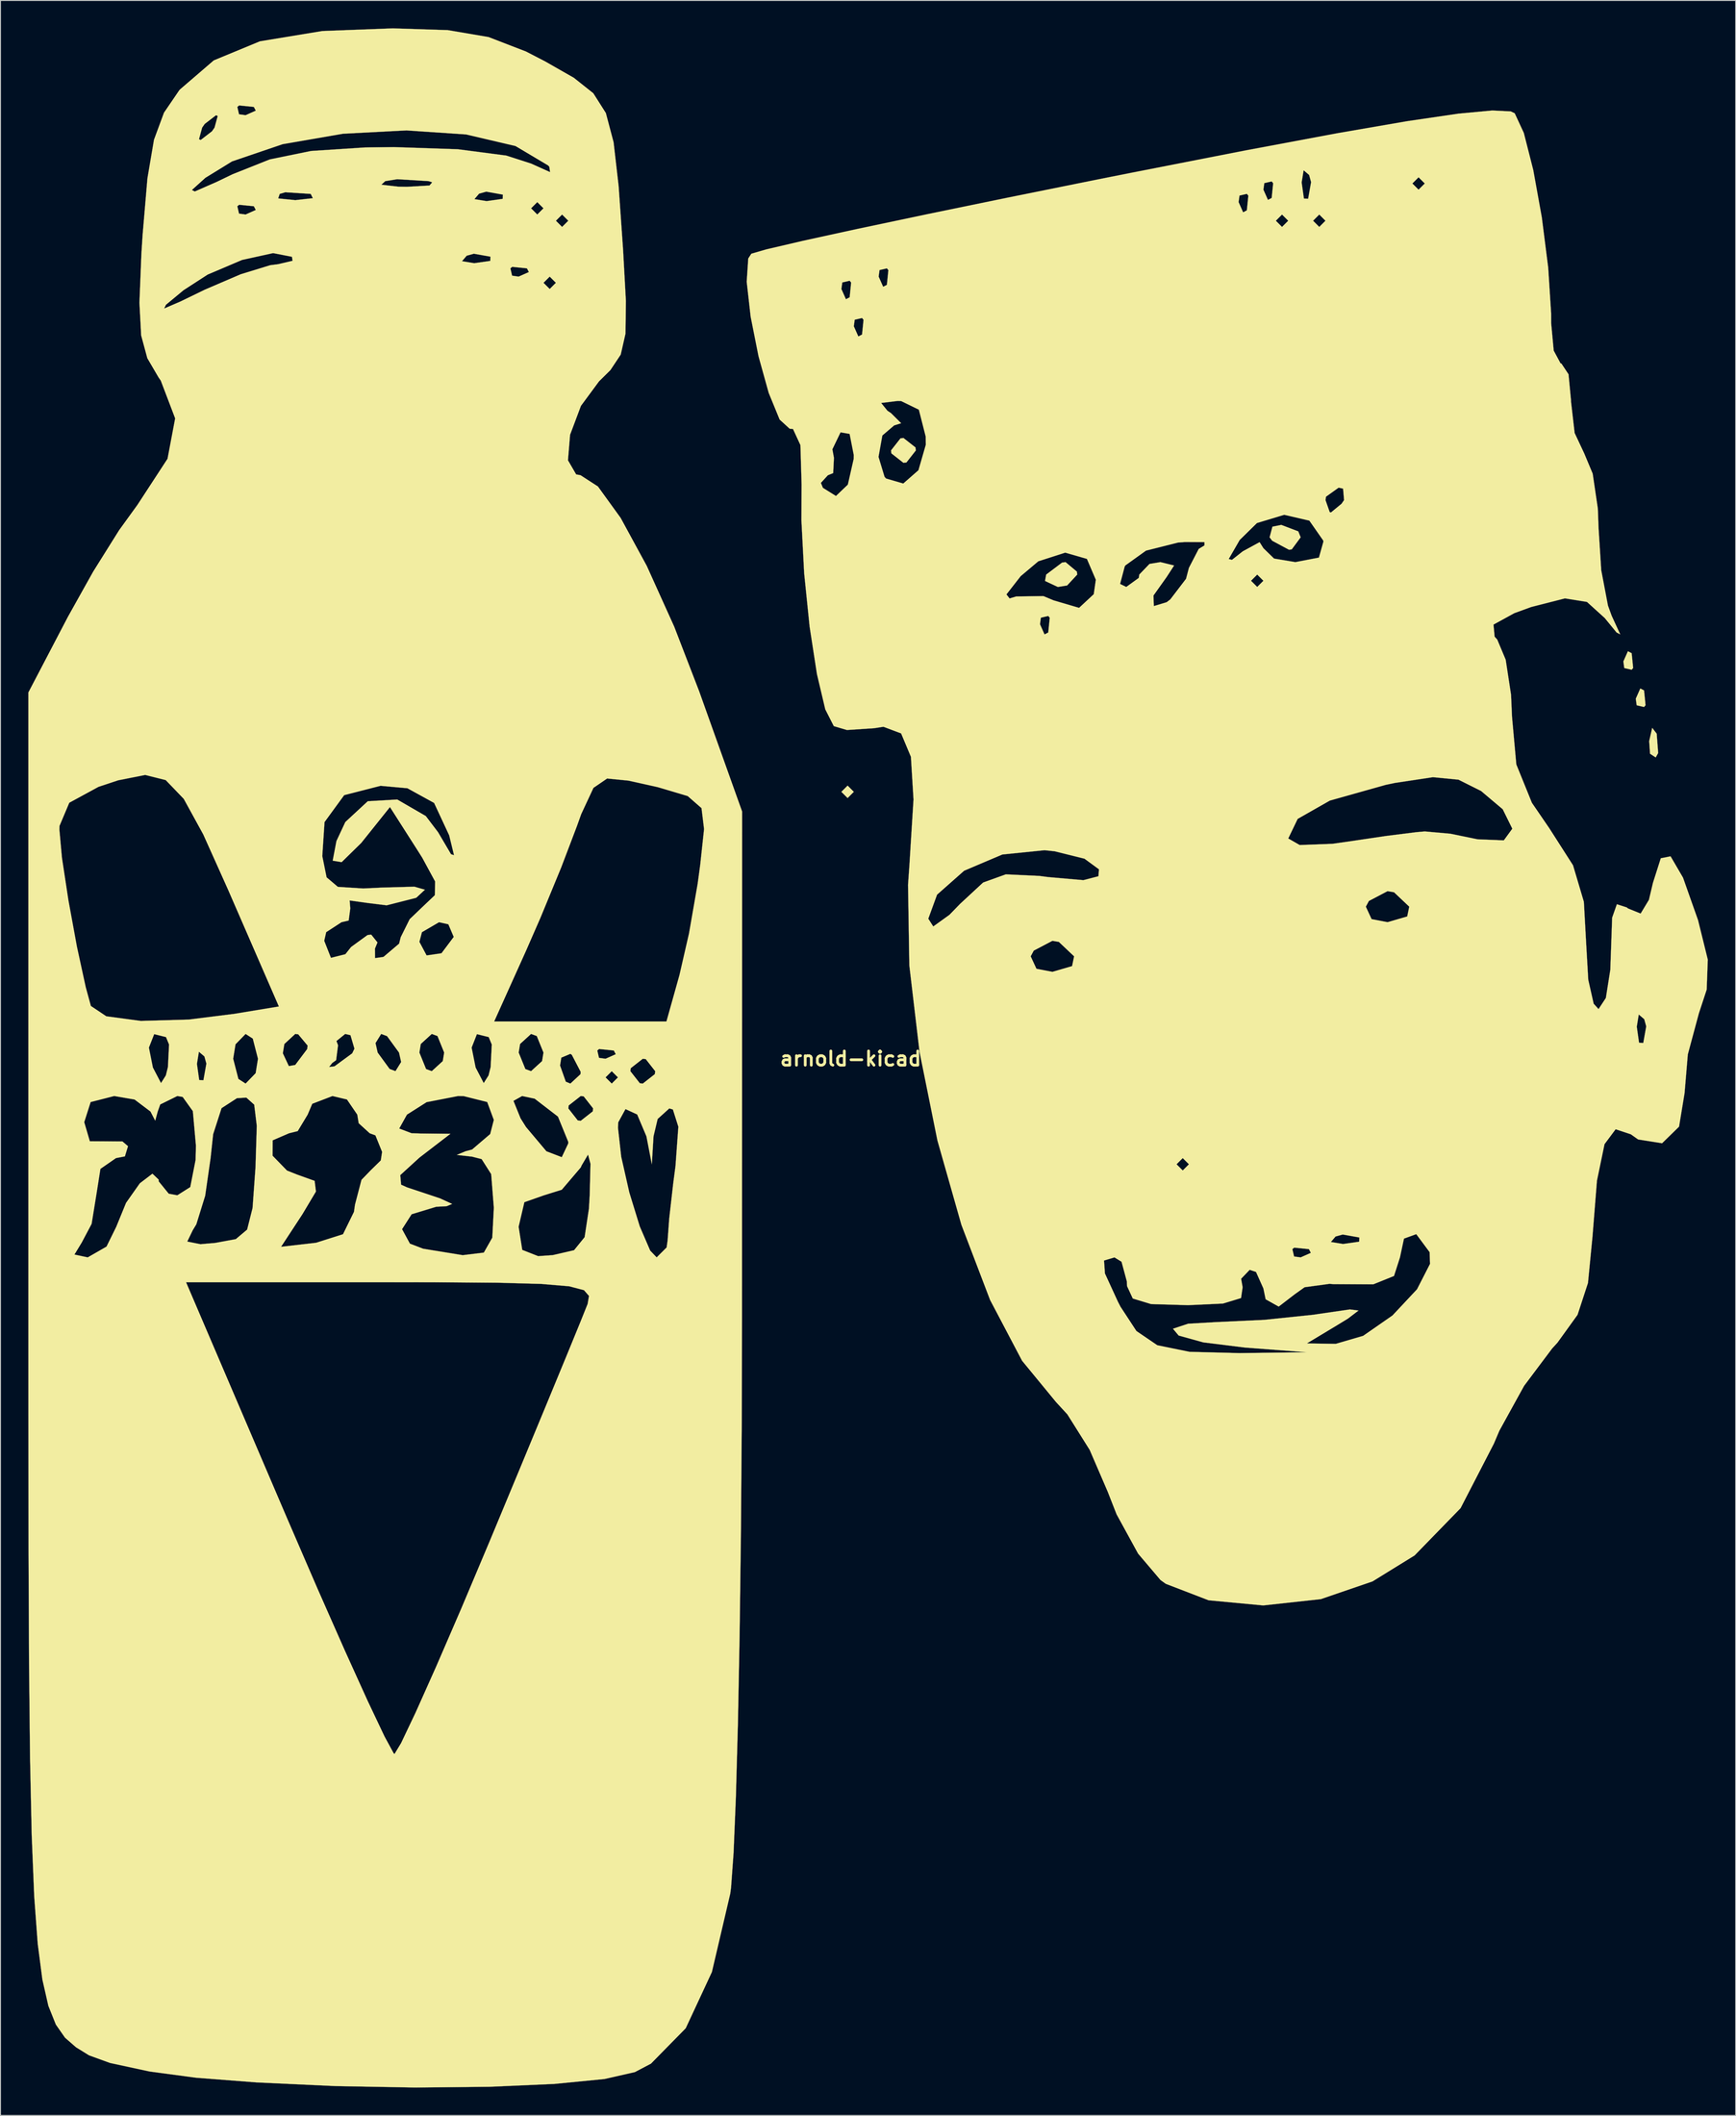
<source format=kicad_pcb>
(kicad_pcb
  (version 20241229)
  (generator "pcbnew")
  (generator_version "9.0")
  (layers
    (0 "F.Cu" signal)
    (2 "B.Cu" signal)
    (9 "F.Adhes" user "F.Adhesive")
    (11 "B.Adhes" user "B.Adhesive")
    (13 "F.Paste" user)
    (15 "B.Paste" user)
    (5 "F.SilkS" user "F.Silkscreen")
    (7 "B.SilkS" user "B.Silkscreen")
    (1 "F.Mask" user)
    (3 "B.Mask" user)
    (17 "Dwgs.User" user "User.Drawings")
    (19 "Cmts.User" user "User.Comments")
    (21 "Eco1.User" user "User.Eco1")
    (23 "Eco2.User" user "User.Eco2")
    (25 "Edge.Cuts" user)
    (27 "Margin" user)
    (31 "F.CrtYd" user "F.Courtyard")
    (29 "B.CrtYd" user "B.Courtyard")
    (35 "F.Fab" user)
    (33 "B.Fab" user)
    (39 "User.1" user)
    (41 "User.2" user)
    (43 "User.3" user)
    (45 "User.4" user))
  (footprint "arnold-kicad-3"
    (layer "F.Cu")
    (at 90.242 110.955)
    (property "Reference" "arnold-kicad-3" (at 0 0 0) (layer "F.SilkS") (effects (font (size 1.524 1.524) (thickness 0.3))))
    (attr through_hole)
    (fp_poly (pts (xy -1.337 -28.742) (xy -2.005 -28.074) (xy -2.674 -28.742) (xy -2.005 -29.411) (xy -1.337 -28.742)) (stroke (width 0.01) (type solid)) (fill yes) (layer "F.SilkS"))
    (fp_poly (pts (xy 82.439 -43.67) (xy 82.599 -42.084) (xy 82.439 -41.888) (xy 81.644 -42.071) (xy 81.547 -42.779) (xy 82.036 -43.879) (xy 82.439 -43.67)) (stroke (width 0.01) (type solid)) (fill yes) (layer "F.SilkS"))
    (fp_poly (pts (xy 83.775 -39.66) (xy 83.935 -38.073) (xy 83.775 -37.877) (xy 82.981 -38.061) (xy 82.884 -38.768) (xy 83.373 -39.869) (xy 83.775 -39.66)) (stroke (width 0.01) (type solid)) (fill yes) (layer "F.SilkS"))
    (fp_poly (pts (xy 85.134 -35.009) (xy 85.294 -32.919) (xy 85.029 -32.446) (xy 84.421 -32.845) (xy 84.327 -34.201) (xy 84.653 -35.627) (xy 85.134 -35.009)) (stroke (width 0.01) (type solid)) (fill yes) (layer "F.SilkS"))
    (fp_poly (pts (xy 5.309 -65.825) (xy 5.347 -65.505) (xy 4.33 -64.207) (xy 4.011 -64.168) (xy 2.713 -65.186) (xy 2.674 -65.505) (xy 3.691 -66.803) (xy 4.011 -66.842) (xy 5.309 -65.825)) (stroke (width 0.01) (type solid)) (fill yes) (layer "F.SilkS"))
    (fp_poly (pts (xy 22.69 -52.454) (xy 22.726 -52.137) (xy 21.638 -50.964) (xy 20.642 -50.8) (xy 19.258 -51.448) (xy 19.384 -52.137) (xy 21.093 -53.423) (xy 21.468 -53.474) (xy 22.69 -52.454)) (stroke (width 0.01) (type solid)) (fill yes) (layer "F.SilkS"))
    (fp_poly (pts (xy 46.534 -56.786) (xy 46.789 -56.147) (xy 45.83 -54.849) (xy 45.532 -54.811) (xy 43.721 -55.782) (xy 43.447 -56.147) (xy 43.75 -57.292) (xy 44.705 -57.484) (xy 46.534 -56.786)) (stroke (width 0.01) (type solid)) (fill yes) (layer "F.SilkS"))
    (fp_poly (pts (xy 69.422 -102.007) (xy 69.845 -101.805) (xy 70.825 -99.687) (xy 71.843 -95.689) (xy 72.764 -90.595) (xy 73.449 -85.195) (xy 73.764 -80.274) (xy 73.768 -79.208) (xy 74.043 -76.251) (xy 74.782 -74.876) (xy 74.869 -74.863) (xy 75.64 -73.702) (xy 75.908 -70.897) (xy 75.905 -70.79) (xy 76.297 -67.38) (xy 77.332 -65.176) (xy 78.242 -63.003) (xy 78.796 -59.246) (xy 78.874 -57.129) (xy 79.161 -52.611) (xy 79.886 -48.795) (xy 80.284 -47.704) (xy 81.208 -45.699) (xy 80.818 -45.9) (xy 79.541 -47.458) (xy 77.627 -49.192) (xy 75.253 -49.574) (xy 71.618 -48.644) (xy 69.797 -47.979) (xy 67.559 -46.753) (xy 67.68 -45.446) (xy 67.961 -45.136) (xy 68.871 -42.969) (xy 69.45 -39.19) (xy 69.553 -36.83) (xy 70.017 -31.691) (xy 71.693 -27.561) (xy 73.564 -24.828) (xy 76.123 -20.832) (xy 77.292 -16.897) (xy 77.537 -12.462) (xy 77.764 -8.51) (xy 78.347 -5.927) (xy 78.874 -5.347) (xy 79.662 -6.544) (xy 80.142 -9.581) (xy 80.211 -11.527) (xy 80.341 -15.194) (xy 80.849 -16.636) (xy 81.907 -16.295) (xy 82.044 -16.184) (xy 83.408 -15.63) (xy 84.301 -17.112) (xy 84.735 -18.945) (xy 85.579 -21.589) (xy 86.63 -21.797) (xy 87.969 -19.502) (xy 89.587 -14.928) (xy 90.638 -10.677) (xy 90.519 -7.45) (xy 89.681 -4.901) (xy 88.488 -0.472) (xy 88.137 3.702) (xy 87.542 7.312) (xy 85.715 9.099) (xy 83.139 8.691) (xy 82.355 8.136) (xy 80.713 7.589) (xy 79.516 9.195) (xy 78.701 13.125) (xy 78.22 19.167) (xy 77.734 24.142) (xy 76.611 27.57) (xy 74.447 30.571) (xy 73.872 31.199) (xy 70.856 35.217) (xy 68.187 40.058) (xy 67.601 41.442) (xy 64.012 48.392) (xy 59.06 53.482) (xy 54.53 56.277) (xy 48.962 58.187) (xy 42.759 58.863) (xy 36.875 58.31) (xy 32.263 56.535) (xy 31.698 56.13) (xy 29.284 53.286) (xy 26.969 49.06) (xy 26.015 46.629) (xy 24.07 42.118) (xy 21.663 38.289) (xy 20.435 36.954) (xy 16.789 32.519) (xy 13.344 25.974) (xy 11.721 21.725) (xy 25.612 21.725) (xy 25.71 23.118) (xy 27.102 26.148) (xy 27.387 26.702) (xy 29.101 29.317) (xy 31.35 30.85) (xy 34.821 31.557) (xy 40.203 31.695) (xy 40.774 31.688) (xy 47.458 31.602) (xy 40.774 31.095) (xy 36.3 30.539) (xy 33.652 29.803) (xy 33.039 29.071) (xy 34.673 28.53) (xy 37.661 28.359) (xy 42.882 28.116) (xy 48.128 27.571) (xy 48.795 27.472) (xy 52.089 26.993) (xy 53.023 27.11) (xy 51.873 27.986) (xy 50.8 28.639) (xy 47.458 30.653) (xy 50.569 30.7) (xy 53.522 29.837) (xy 56.683 27.642) (xy 59.325 24.822) (xy 60.724 22.087) (xy 60.681 20.826) (xy 59.242 18.885) (xy 57.917 19.365) (xy 57.484 21.389) (xy 56.844 23.387) (xy 54.611 24.288) (xy 50.311 24.269) (xy 49.898 24.236) (xy 47.215 24.6) (xy 46.143 25.365) (xy 44.424 26.685) (xy 43.02 25.898) (xy 42.779 24.732) (xy 41.982 22.954) (xy 41.299 22.726) (xy 40.378 23.688) (xy 40.54 24.604) (xy 40.371 25.765) (xy 38.415 26.359) (xy 34.667 26.533) (xy 30.685 26.416) (xy 28.712 25.817) (xy 28.093 24.484) (xy 28.074 23.987) (xy 27.499 21.856) (xy 26.737 21.389) (xy 25.612 21.725) (xy 11.721 21.725) (xy 11.253 20.498) (xy 45.898 20.498) (xy 46.082 21.293) (xy 46.789 21.389) (xy 47.89 20.9) (xy 47.681 20.498) (xy 46.094 20.338) (xy 45.898 20.498) (xy 11.253 20.498) (xy 10.961 19.733) (xy 50.043 19.733) (xy 51.357 19.947) (xy 53.091 19.701) (xy 53.112 19.245) (xy 51.322 18.926) (xy 50.549 19.139) (xy 50.043 19.733) (xy 10.961 19.733) (xy 10.254 17.881) (xy 8.4 11.363) (xy 33.421 11.363) (xy 34.089 12.032) (xy 34.758 11.363) (xy 34.089 10.695) (xy 33.421 11.363) (xy 8.4 11.363) (xy 7.672 8.802) (xy 5.751 -0.7) (xy 5.426 -3.454) (xy 82.99 -3.454) (xy 83.236 -1.72) (xy 83.692 -1.699) (xy 84.011 -3.488) (xy 83.797 -4.261) (xy 83.204 -4.768) (xy 82.99 -3.454) (xy 5.426 -3.454) (xy 4.645 -10.062) (xy 4.629 -11.029) (xy 17.713 -11.029) (xy 18.334 -9.687) (xy 20.053 -9.358) (xy 22.173 -9.974) (xy 22.392 -11.029) (xy 20.75 -12.581) (xy 20.053 -12.7) (xy 18.045 -11.646) (xy 17.713 -11.029) (xy 4.629 -11.029) (xy 4.564 -15.081) (xy 6.684 -15.081) (xy 7.222 -14.244) (xy 8.967 -15.498) (xy 9.82 -16.376) (xy 53.808 -16.376) (xy 54.428 -15.035) (xy 56.147 -14.705) (xy 58.268 -15.321) (xy 58.487 -16.376) (xy 56.845 -17.929) (xy 56.147 -18.047) (xy 54.14 -16.993) (xy 53.808 -16.376) (xy 9.82 -16.376) (xy 10.119 -16.684) (xy 12.594 -18.976) (xy 15.035 -19.856) (xy 18.644 -19.688) (xy 19.585 -19.564) (xy 23.389 -19.231) (xy 25.01 -19.652) (xy 25.07 -20.398) (xy 23.51 -21.541) (xy 20.302 -22.34) (xy 19.208 -22.456) (xy 14.664 -21.996) (xy 10.545 -20.247) (xy 7.631 -17.67) (xy 6.684 -15.081) (xy 4.564 -15.081) (xy 4.505 -18.723) (xy 4.665 -20.997) (xy 4.834 -23.718) (xy 45.453 -23.718) (xy 46.683 -23.013) (xy 50.209 -23.144) (xy 51.803 -23.368) (xy 56 -23.989) (xy 59.283 -24.401) (xy 60.158 -24.476) (xy 62.914 -24.23) (xy 65.839 -23.628) (xy 68.671 -23.514) (xy 69.588 -24.772) (xy 68.552 -26.868) (xy 66.223 -28.833) (xy 63.786 -30.052) (xy 61.036 -30.32) (xy 56.951 -29.703) (xy 55.954 -29.494) (xy 49.93 -27.8) (xy 46.466 -25.828) (xy 45.453 -23.718) (xy 4.834 -23.718) (xy 5.096 -27.92) (xy 4.817 -32.511) (xy 3.759 -35.033) (xy 1.853 -35.749) (xy 0.865 -35.595) (xy -2.075 -35.399) (xy -3.488 -35.816) (xy -4.407 -37.621) (xy -5.305 -41.421) (xy -6.094 -46.537) (xy -6.12 -46.789) (xy 18.716 -46.789) (xy 19.205 -45.689) (xy 19.607 -45.898) (xy 19.767 -47.485) (xy 19.607 -47.681) (xy 18.812 -47.497) (xy 18.716 -46.789) (xy -6.12 -46.789) (xy -6.448 -50) (xy 15.102 -50) (xy 15.439 -49.566) (xy 16.163 -49.781) (xy 19.088 -49.817) (xy 20.174 -49.361) (xy 22.926 -48.55) (xy 24.509 -50.024) (xy 24.666 -51.124) (xy 27.34 -51.124) (xy 28.007 -50.8) (xy 29.359 -51.778) (xy 29.411 -52.137) (xy 30.51 -53.281) (xy 31.683 -53.474) (xy 33.158 -53.112) (xy 32.352 -51.869) (xy 30.935 -49.878) (xy 30.977 -48.741) (xy 32.362 -49.161) (xy 32.753 -49.463) (xy 34.286 -51.468) (xy 41.442 -51.468) (xy 42.111 -50.8) (xy 42.779 -51.468) (xy 42.111 -52.137) (xy 41.442 -51.468) (xy 34.286 -51.468) (xy 34.448 -51.68) (xy 34.758 -52.858) (xy 35.25 -53.809) (xy 39.038 -53.809) (xy 39.387 -53.715) (xy 40.559 -54.64) (xy 42.369 -55.627) (xy 42.779 -54.974) (xy 43.925 -53.858) (xy 46.219 -53.474) (xy 48.76 -53.963) (xy 49.24 -55.677) (xy 49.216 -55.813) (xy 47.728 -57.946) (xy 45.02 -58.573) (xy 42.085 -57.688) (xy 40.225 -55.862) (xy 39.038 -53.809) (xy 35.25 -53.809) (xy 35.813 -54.899) (xy 36.429 -55.275) (xy 36.428 -55.63) (xy 34.308 -55.638) (xy 33.586 -55.586) (xy 30.134 -54.717) (xy 27.908 -53.12) (xy 27.838 -53.005) (xy 27.34 -51.124) (xy 24.666 -51.124) (xy 24.732 -51.58) (xy 23.771 -53.824) (xy 21.434 -54.499) (xy 18.534 -53.565) (xy 16.637 -51.969) (xy 15.102 -50) (xy -6.448 -50) (xy -6.682 -52.292) (xy -6.979 -58.006) (xy -6.967 -60.158) (xy 49.463 -60.158) (xy 49.919 -58.856) (xy 50.053 -58.821) (xy 51.194 -59.758) (xy 51.468 -60.158) (xy 51.362 -61.39) (xy 50.879 -61.495) (xy 49.518 -60.524) (xy 49.463 -60.158) (xy -6.967 -60.158) (xy -6.958 -61.825) (xy -6.963 -62.007) (xy -4.884 -62.007) (xy -4.665 -61.473) (xy -3.256 -60.596) (xy -1.977 -61.819) (xy -1.345 -64.599) (xy -1.341 -64.807) (xy 1.323 -64.807) (xy 1.974 -62.661) (xy 2.136 -62.478) (xy 3.99 -61.936) (xy 5.628 -63.371) (xy 6.421 -66.12) (xy 6.41 -66.989) (xy 5.671 -69.891) (xy 3.758 -70.824) (xy 3.392 -70.832) (xy 1.607 -70.616) (xy 2.287 -69.773) (xy 2.674 -69.516) (xy 3.761 -68.435) (xy 3.008 -68.199) (xy 1.738 -67.112) (xy 1.323 -64.807) (xy -1.341 -64.807) (xy -1.337 -64.995) (xy -1.786 -67.281) (xy -2.765 -67.454) (xy -3.644 -65.628) (xy -3.475 -64.702) (xy -3.557 -63.066) (xy -4.131 -62.832) (xy -4.884 -62.007) (xy -6.963 -62.007) (xy -7.084 -66.076) (xy -7.886 -67.815) (xy -8.243 -67.841) (xy -9.324 -68.83) (xy -10.499 -71.694) (xy -11.597 -75.646) (xy -12.24 -78.874) (xy -1.337 -78.874) (xy -0.848 -77.773) (xy -0.446 -77.982) (xy -0.286 -79.569) (xy -0.446 -79.765) (xy -1.24 -79.581) (xy -1.337 -78.874) (xy -12.24 -78.874) (xy -12.445 -79.9) (xy -12.782 -82.884) (xy -2.674 -82.884) (xy -2.185 -81.784) (xy -1.782 -81.993) (xy -1.622 -83.58) (xy -1.782 -83.775) (xy -2.577 -83.592) (xy -2.674 -82.884) (xy -12.782 -82.884) (xy -12.871 -83.671) (xy -12.834 -84.221) (xy 1.337 -84.221) (xy 1.826 -83.121) (xy 2.228 -83.33) (xy 2.388 -84.916) (xy 2.228 -85.112) (xy 1.433 -84.929) (xy 1.337 -84.221) (xy -12.834 -84.221) (xy -12.703 -86.172) (xy -12.371 -86.684) (xy -10.746 -87.156) (xy -6.832 -88.069) (xy -0.963 -89.35) (xy 3.239 -90.237) (xy 44.116 -90.237) (xy 44.784 -89.568) (xy 45.453 -90.237) (xy 48.126 -90.237) (xy 48.795 -89.568) (xy 49.463 -90.237) (xy 48.795 -90.905) (xy 48.126 -90.237) (xy 45.453 -90.237) (xy 44.784 -90.905) (xy 44.116 -90.237) (xy 3.239 -90.237) (xy 6.525 -90.93) (xy 12.899 -92.242) (xy 40.105 -92.242) (xy 40.594 -91.142) (xy 40.996 -91.351) (xy 41.156 -92.937) (xy 40.996 -93.133) (xy 40.202 -92.95) (xy 40.105 -92.242) (xy 12.899 -92.242) (xy 15.297 -92.736) (xy 19.476 -93.579) (xy 42.779 -93.579) (xy 43.268 -92.479) (xy 43.67 -92.688) (xy 43.83 -94.274) (xy 43.761 -94.359) (xy 46.895 -94.359) (xy 47.141 -92.625) (xy 47.597 -92.604) (xy 47.89 -94.247) (xy 58.821 -94.247) (xy 59.489 -93.579) (xy 60.158 -94.247) (xy 59.489 -94.916) (xy 58.821 -94.247) (xy 47.89 -94.247) (xy 47.916 -94.393) (xy 47.703 -95.166) (xy 47.109 -95.673) (xy 46.895 -94.359) (xy 43.761 -94.359) (xy 43.67 -94.47) (xy 42.875 -94.287) (xy 42.779 -93.579) (xy 19.476 -93.579) (xy 25.018 -94.697) (xy 28.702 -95.43) (xy 40.915 -97.819) (xy 50.706 -99.651) (xy 58.265 -100.957) (xy 63.778 -101.766) (xy 67.435 -102.106) (xy 69.422 -102.007)) (stroke (width 0.01) (type solid)) (fill yes) (layer "F.SilkS"))
    (fp_poly (pts (xy -45.07 -110.76) (xy -40.674 -110.013) (xy -36.653 -108.461) (xy -34.572 -107.386) (xy -31.495 -105.631) (xy -29.394 -103.964) (xy -28.041 -101.832) (xy -27.208 -98.686) (xy -26.667 -93.974) (xy -26.189 -87.145) (xy -26.188 -87.133) (xy -25.884 -81.621) (xy -25.926 -78.081) (xy -26.44 -75.823) (xy -27.552 -74.153) (xy -28.777 -72.943) (xy -30.724 -70.305) (xy -31.896 -67.187) (xy -32.124 -64.441) (xy -31.241 -62.921) (xy -30.766 -62.832) (xy -28.895 -61.619) (xy -26.449 -58.238) (xy -23.638 -53.075) (xy -20.676 -46.519) (xy -17.994 -39.571) (xy -13.368 -26.628) (xy -13.376 27.794) (xy -13.409 39.932) (xy -13.498 51.511) (xy -13.637 62.193) (xy -13.819 71.643) (xy -14.037 79.527) (xy -14.285 85.507) (xy -14.556 89.249) (xy -14.639 89.879) (xy -16.62 98.337) (xy -19.439 104.391) (xy -23.18 108.201) (xy -24.919 109.117) (xy -28.188 109.859) (xy -33.584 110.387) (xy -40.568 110.695) (xy -48.602 110.774) (xy -57.146 110.62) (xy -65.662 110.224) (xy -72.189 109.72) (xy -77.185 109.05) (xy -81.438 108.13) (xy -83.703 107.308) (xy -85.104 106.442) (xy -86.288 105.41) (xy -87.275 103.995) (xy -88.082 101.981) (xy -88.727 99.151) (xy -89.229 95.289) (xy -89.606 90.177) (xy -89.875 83.599) (xy -90.054 75.339) (xy -90.162 65.18) (xy -90.216 52.905) (xy -90.235 38.298) (xy -90.237 28.742) (xy -90.237 24.063) (xy -73.254 24.063) (xy -62.38 49.463) (xy -59.091 57.072) (xy -56.132 63.77) (xy -53.672 69.195) (xy -51.874 72.982) (xy -50.904 74.77) (xy -50.804 74.863) (xy -50.094 73.69) (xy -48.542 70.427) (xy -46.319 65.457) (xy -43.596 59.163) (xy -40.545 51.93) (xy -40.492 51.803) (xy -37.398 44.367) (xy -34.622 37.671) (xy -32.342 32.151) (xy -30.74 28.241) (xy -30.003 26.403) (xy -29.855 25.539) (xy -30.398 24.917) (xy -31.994 24.499) (xy -35 24.245) (xy -39.777 24.114) (xy -46.683 24.067) (xy -51.189 24.063) (xy -73.254 24.063) (xy -90.237 24.063) (xy -90.237 21.083) (xy -85.277 21.083) (xy -83.845 21.389) (xy -81.818 20.227) (xy -81.552 19.686) (xy -73.126 19.686) (xy -71.705 19.97) (xy -70.108 19.832) (xy -67.896 19.425) (xy -66.675 18.397) (xy -66.088 16.072) (xy -65.779 11.773) (xy -65.769 11.586) (xy -65.734 10.441) (xy -63.936 10.441) (xy -62.381 12.041) (xy -61.293 12.472) (xy -59.406 13.149) (xy -59.266 14.297) (xy -60.72 16.736) (xy -63.022 20.249) (xy -59.25 19.816) (xy -56.349 18.895) (xy -55.168 16.488) (xy -55.056 15.708) (xy -54.356 13.037) (xy -53.385 12.032) (xy -52.277 10.947) (xy -52.137 10.026) (xy -52.859 8.247) (xy -53.474 8.021) (xy -54.03 7.513) (xy -50.298 7.513) (xy -48.972 8.017) (xy -47.956 8.051) (xy -44.784 8.081) (xy -48.118 10.642) (xy -50.182 12.528) (xy -50.094 13.56) (xy -49.454 13.848) (xy -45.911 15.029) (xy -44.596 15.632) (xy -45.186 15.875) (xy -46.312 15.937) (xy -48.96 16.743) (xy -49.991 18.35) (xy -49.143 19.911) (xy -47.718 20.456) (xy -43.458 21.15) (xy -41.181 20.873) (xy -40.27 19.267) (xy -40.212 18.136) (xy -37.432 18.136) (xy -37.046 20.581) (xy -35.336 21.255) (xy -33.755 21.144) (xy -31.464 20.616) (xy -30.326 19.212) (xy -29.864 16.157) (xy -29.78 14.705) (xy -29.695 11.306) (xy -29.959 10.317) (xy -30.651 11.488) (xy -30.74 11.697) (xy -32.79 14.104) (xy -34.715 14.705) (xy -36.819 15.444) (xy -37.431 18.055) (xy -37.432 18.136) (xy -40.212 18.136) (xy -40.105 16.042) (xy -40.389 12.423) (xy -41.417 10.806) (xy -42.445 10.54) (xy -44.092 10.353) (xy -43.143 9.958) (xy -42.445 9.773) (xy -40.496 8.109) (xy -40.105 6.586) (xy -40.817 4.657) (xy -41.322 4.531) (xy -37.994 4.531) (xy -37.23 6.416) (xy -36.64 7.353) (xy -34.445 9.963) (xy -32.787 10.599) (xy -32.087 9.115) (xy -32.084 8.957) (xy -32.707 7.429) (xy -26.737 7.429) (xy -26.388 10.552) (xy -25.518 14.387) (xy -24.39 18.051) (xy -23.268 20.658) (xy -22.568 21.389) (xy -21.494 20.318) (xy -21.389 19.571) (xy -21.216 17.21) (xy -20.779 13.373) (xy -20.539 11.55) (xy -20.232 7.317) (xy -20.822 5.463) (xy -21.208 5.347) (xy -22.463 6.484) (xy -22.908 8.355) (xy -23.09 11.363) (xy -23.67 8.355) (xy -24.665 6) (xy -25.927 5.418) (xy -26.705 6.838) (xy -26.737 7.429) (xy -32.707 7.429) (xy -33.197 6.229) (xy -34.342 5.347) (xy -32.084 5.347) (xy -31.067 6.645) (xy -30.747 6.684) (xy -29.449 5.667) (xy -29.411 5.347) (xy -30.428 4.049) (xy -30.747 4.011) (xy -32.045 5.028) (xy -32.084 5.347) (xy -34.342 5.347) (xy -35.708 4.296) (xy -37.061 4.011) (xy -37.994 4.531) (xy -41.322 4.531) (xy -43.363 4.02) (xy -43.952 4.011) (xy -47.345 4.67) (xy -49.463 6.016) (xy -50.298 7.513) (xy -54.03 7.513) (xy -54.66 6.938) (xy -54.811 6.016) (xy -55.925 4.383) (xy -57.484 4.011) (xy -59.662 4.846) (xy -60.158 6.016) (xy -61.228 7.788) (xy -62.163 8.021) (xy -63.925 8.784) (xy -63.936 10.441) (xy -65.734 10.441) (xy -65.634 7.219) (xy -65.912 4.941) (xy -66.761 4.181) (xy -67.775 4.245) (xy -69.433 5.319) (xy -70.337 8.126) (xy -70.61 10.68) (xy -71.194 14.748) (xy -72.149 17.824) (xy -72.539 18.469) (xy -73.126 19.686) (xy -81.552 19.686) (xy -80.773 18.102) (xy -79.715 15.518) (xy -78.229 13.41) (xy -76.874 12.376) (xy -76.207 13.013) (xy -76.2 13.205) (xy -75.12 14.535) (xy -74.195 14.705) (xy -72.8 13.822) (xy -72.226 10.895) (xy -72.189 9.358) (xy -72.521 5.64) (xy -73.618 4.108) (xy -74.195 4.011) (xy -76.034 4.917) (xy -76.306 5.682) (xy -76.574 6.667) (xy -77.085 5.682) (xy -78.795 4.389) (xy -80.99 4.011) (xy -83.531 4.66) (xy -84.221 6.827) (xy -83.619 8.885) (xy -82.259 8.891) (xy -80.107 8.905) (xy -79.506 9.416) (xy -79.843 10.512) (xy -80.8 10.695) (xy -82.477 11.857) (xy -82.884 14.438) (xy -83.426 17.778) (xy -84.488 19.785) (xy -85.277 21.083) (xy -90.237 21.083) (xy -90.237 -1.201) (xy -77.257 -1.201) (xy -76.827 0.945) (xy -75.951 2.62) (xy -75.429 1.795) (xy -75.207 0.898) (xy -75.189 0.557) (xy -72.084 0.557) (xy -71.838 2.291) (xy -71.382 2.312) (xy -71.063 0.522) (xy -71.207 0) (xy -68.179 0) (xy -67.619 2.172) (xy -66.842 2.674) (xy -65.756 1.554) (xy -65.649 0.888) (xy -57.848 0.888) (xy -57.267 0.819) (xy -55.358 -0.583) (xy -55.117 -1.086) (xy -55.294 -1.688) (xy -52.85 -1.688) (xy -52.62 -0.668) (xy -51.331 1.1) (xy -50.699 1.337) (xy -50.086 0.351) (xy -50.317 -0.668) (xy -48.126 -0.668) (xy -47.404 1.111) (xy -46.789 1.337) (xy -45.603 0.254) (xy -45.453 -0.668) (xy -45.669 -1.201) (xy -42.499 -1.201) (xy -42.069 0.945) (xy -41.194 2.62) (xy -40.671 1.795) (xy -40.449 0.898) (xy -40.369 -0.668) (xy -37.432 -0.668) (xy -36.71 1.111) (xy -36.095 1.337) (xy -35.427 0.727) (xy -32.975 0.727) (xy -32.356 2.47) (xy -31.861 2.674) (xy -31.14 2.005) (xy -28.074 2.005) (xy -27.405 2.674) (xy -26.737 2.005) (xy -27.405 1.337) (xy -25.4 1.337) (xy -24.383 2.635) (xy -24.063 2.674) (xy -22.765 1.656) (xy -22.726 1.337) (xy -23.744 0.039) (xy -24.063 0) (xy -25.361 1.017) (xy -25.4 1.337) (xy -27.405 1.337) (xy -28.074 2.005) (xy -31.14 2.005) (xy -30.769 1.661) (xy -30.747 1.416) (xy -31.705 -0.422) (xy -31.861 -0.531) (xy -32.838 -0.122) (xy -32.975 0.727) (xy -35.427 0.727) (xy -34.909 0.254) (xy -34.758 -0.668) (xy -34.848 -0.891) (xy -28.965 -0.891) (xy -28.781 -0.096) (xy -28.074 0) (xy -26.973 -0.489) (xy -27.182 -0.891) (xy -28.769 -1.051) (xy -28.965 -0.891) (xy -34.848 -0.891) (xy -35.48 -2.447) (xy -36.095 -2.674) (xy -37.281 -1.591) (xy -37.432 -0.668) (xy -40.369 -0.668) (xy -40.326 -1.532) (xy -40.656 -2.333) (xy -41.929 -2.651) (xy -42.499 -1.201) (xy -45.669 -1.201) (xy -46.174 -2.447) (xy -46.789 -2.674) (xy -47.975 -1.591) (xy -48.126 -0.668) (xy -50.317 -0.668) (xy -51.606 -2.437) (xy -52.238 -2.674) (xy -52.85 -1.688) (xy -55.294 -1.688) (xy -55.545 -2.538) (xy -56.115 -2.674) (xy -57.058 -1.909) (xy -56.886 -1.451) (xy -57.091 0.154) (xy -57.509 0.454) (xy -57.848 0.888) (xy -65.649 0.888) (xy -65.505 0) (xy -65.657 -0.59) (xy -62.832 -0.59) (xy -62.183 0.794) (xy -61.495 0.668) (xy -60.209 -1.041) (xy -60.158 -1.416) (xy -61.178 -2.638) (xy -61.495 -2.674) (xy -62.668 -1.586) (xy -62.832 -0.59) (xy -65.657 -0.59) (xy -66.065 -2.172) (xy -66.842 -2.674) (xy -67.928 -1.554) (xy -68.179 0) (xy -71.207 0) (xy -71.276 -0.251) (xy -71.87 -0.757) (xy -72.084 0.557) (xy -75.189 0.557) (xy -75.083 -1.532) (xy -75.413 -2.333) (xy -76.687 -2.651) (xy -77.257 -1.201) (xy -90.237 -1.201) (xy -90.237 -4.011) (xy -40.072 -4.011) (xy -21.515 -4.011) (xy -20.109 -9.024) (xy -19.085 -13.483) (xy -18.154 -18.837) (xy -17.873 -20.912) (xy -17.462 -24.733) (xy -17.737 -26.987) (xy -19.223 -28.286) (xy -22.445 -29.244) (xy -25.61 -29.949) (xy -27.904 -30.176) (xy -29.377 -29.169) (xy -30.694 -26.344) (xy -31.155 -25.06) (xy -32.852 -20.596) (xy -35.089 -15.174) (xy -36.61 -11.697) (xy -40.072 -4.011) (xy -90.237 -4.011) (xy -90.237 -24.667) (xy -86.895 -24.667) (xy -86.621 -21.638) (xy -85.929 -17.083) (xy -85.01 -12.076) (xy -84.056 -7.694) (xy -83.506 -5.682) (xy -81.843 -4.571) (xy -78.14 -4.074) (xy -72.964 -4.219) (xy -68.057 -4.834) (xy -63.255 -5.628) (xy -68.72 -18.188) (xy -70.352 -21.824) (xy -58.583 -21.824) (xy -58.117 -19.535) (xy -56.904 -18.507) (xy -54.169 -18.334) (xy -52.137 -18.432) (xy -48.661 -18.526) (xy -47.53 -18.2) (xy -48.436 -17.36) (xy -48.488 -17.328) (xy -51.654 -16.523) (xy -53.668 -16.772) (xy -55.636 -17.044) (xy -55.567 -16.185) (xy -55.741 -14.884) (xy -56.514 -14.705) (xy -58.161 -13.632) (xy -58.375 -12.7) (xy -57.65 -10.865) (xy -56.094 -11.256) (xy -55.479 -12.032) (xy -53.708 -13.319) (xy -53.316 -13.368) (xy -52.639 -12.524) (xy -52.912 -11.858) (xy -52.902 -10.836) (xy -51.989 -10.967) (xy -50.306 -12.395) (xy -50.258 -12.589) (xy -48.126 -12.589) (xy -47.347 -11.125) (xy -45.744 -11.358) (xy -44.422 -13.118) (xy -45.004 -14.481) (xy -46.01 -14.705) (xy -47.851 -13.629) (xy -48.126 -12.589) (xy -50.258 -12.589) (xy -50.132 -13.088) (xy -49.167 -15.029) (xy -47.82 -16.319) (xy -46.457 -17.613) (xy -46.429 -19.094) (xy -47.82 -21.656) (xy -48.402 -22.575) (xy -51.294 -27.103) (xy -54.383 -23.244) (xy -56.497 -21.171) (xy -57.458 -21.328) (xy -57.056 -23.441) (xy -56.1 -25.488) (xy -53.679 -27.731) (xy -50.509 -27.915) (xy -47.433 -26.132) (xy -46.115 -24.397) (xy -44.717 -22.024) (xy -44.391 -21.918) (xy -44.902 -24.014) (xy -44.916 -24.063) (xy -46.537 -27.546) (xy -49.416 -29.129) (xy -52.307 -29.39) (xy -56.224 -28.387) (xy -58.34 -25.485) (xy -58.583 -21.824) (xy -70.352 -21.824) (xy -71.4 -24.156) (xy -73.5 -27.984) (xy -75.444 -30.006) (xy -77.656 -30.561) (xy -80.559 -29.985) (xy -82.685 -29.28) (xy -85.832 -27.569) (xy -86.882 -25.078) (xy -86.895 -24.667) (xy -90.237 -24.667) (xy -90.237 -39.437) (xy -85.973 -47.593) (xy -83.254 -52.455) (xy -80.458 -56.919) (xy -78.499 -59.624) (xy -75.248 -64.604) (xy -74.426 -68.954) (xy -75.975 -73.023) (xy -76.207 -73.357) (xy -77.424 -75.435) (xy -78.087 -77.885) (xy -78.241 -80.781) (xy -75.615 -80.781) (xy -73.848 -81.543) (xy -71.24 -82.809) (xy -69.507 -83.553) (xy -34.758 -83.553) (xy -34.089 -82.884) (xy -33.421 -83.553) (xy -34.089 -84.221) (xy -34.758 -83.553) (xy -69.507 -83.553) (xy -67.365 -84.473) (xy -65.283 -85.112) (xy -38.323 -85.112) (xy -38.139 -84.318) (xy -37.432 -84.221) (xy -36.331 -84.71) (xy -36.54 -85.112) (xy -38.127 -85.272) (xy -38.323 -85.112) (xy -65.283 -85.112) (xy -64.183 -85.45) (xy -63.33 -85.558) (xy -61.959 -85.878) (xy -43.536 -85.878) (xy -42.222 -85.663) (xy -40.488 -85.909) (xy -40.467 -86.366) (xy -42.257 -86.685) (xy -43.03 -86.471) (xy -43.536 -85.878) (xy -61.959 -85.878) (xy -61.783 -85.919) (xy -61.845 -86.354) (xy -63.878 -86.751) (xy -67.222 -86.016) (xy -70.925 -84.442) (xy -73.526 -82.758) (xy -75.422 -81.188) (xy -75.615 -80.781) (xy -78.241 -80.781) (xy -78.274 -81.402) (xy -78.062 -86.676) (xy -77.933 -88.697) (xy -77.802 -90.237) (xy -33.421 -90.237) (xy -32.753 -89.568) (xy -32.084 -90.237) (xy -32.753 -90.905) (xy -33.421 -90.237) (xy -77.802 -90.237) (xy -77.669 -91.796) (xy -67.733 -91.796) (xy -67.55 -91.002) (xy -66.842 -90.905) (xy -65.742 -91.394) (xy -65.835 -91.574) (xy -36.095 -91.574) (xy -35.426 -90.905) (xy -34.758 -91.574) (xy -35.426 -92.242) (xy -36.095 -91.574) (xy -65.835 -91.574) (xy -65.951 -91.796) (xy -67.537 -91.956) (xy -67.733 -91.796) (xy -77.669 -91.796) (xy -77.597 -92.64) (xy -63.334 -92.64) (xy -61.495 -92.453) (xy -60.514 -92.562) (xy -42.199 -92.562) (xy -40.885 -92.348) (xy -39.151 -92.593) (xy -39.13 -93.05) (xy -40.92 -93.369) (xy -41.693 -93.155) (xy -42.199 -92.562) (xy -60.514 -92.562) (xy -59.597 -92.663) (xy -59.824 -93.127) (xy -62.561 -93.304) (xy -63.166 -93.127) (xy -63.334 -92.64) (xy -77.597 -92.64) (xy -77.52 -93.546) (xy -72.628 -93.546) (xy -72.315 -93.383) (xy -70.647 -94.113) (xy -52.219 -94.113) (xy -50.37 -93.902) (xy -49.463 -93.889) (xy -47.031 -94.028) (xy -46.744 -94.375) (xy -47.124 -94.5) (xy -50.514 -94.708) (xy -51.803 -94.5) (xy -52.219 -94.113) (xy -70.647 -94.113) (xy -69.985 -94.402) (xy -68.239 -95.243) (xy -64.235 -96.837) (xy -59.787 -97.748) (xy -53.983 -98.128) (xy -50.86 -98.166) (xy -43.987 -97.935) (xy -38.77 -97.252) (xy -36.095 -96.391) (xy -34.045 -95.47) (xy -34.131 -96.051) (xy -34.26 -96.193) (xy -37.772 -98.282) (xy -43.1 -99.529) (xy -49.53 -99.962) (xy -56.35 -99.604) (xy -62.846 -98.483) (xy -68.305 -96.624) (xy -71.171 -94.86) (xy -72.628 -93.546) (xy -77.52 -93.546) (xy -77.412 -94.806) (xy -76.705 -98.959) (xy -76.685 -99.013) (xy -71.862 -99.013) (xy -71.679 -98.926) (xy -70.459 -99.867) (xy -70.184 -100.263) (xy -69.844 -101.513) (xy -70.026 -101.6) (xy -71.246 -100.659) (xy -71.521 -100.263) (xy -71.862 -99.013) (xy -76.685 -99.013) (xy -75.628 -101.873) (xy -75.206 -102.491) (xy -67.733 -102.491) (xy -67.55 -101.696) (xy -66.842 -101.6) (xy -65.742 -102.089) (xy -65.951 -102.491) (xy -67.537 -102.651) (xy -67.733 -102.491) (xy -75.206 -102.491) (xy -73.997 -104.265) (xy -73.912 -104.366) (xy -70.27 -107.498) (xy -65.298 -109.555) (xy -58.562 -110.663) (xy -50.981 -110.95) (xy -45.07 -110.76)) (stroke (width 0.01) (type solid)) (fill yes) (layer "F.SilkS")))
  (gr_rect
    (start -3 -3)
    (end 183.885 224.735)
    (stroke (width 0.1) (type default))
    (fill no)
    (layer "Edge.Cuts")))
</source>
